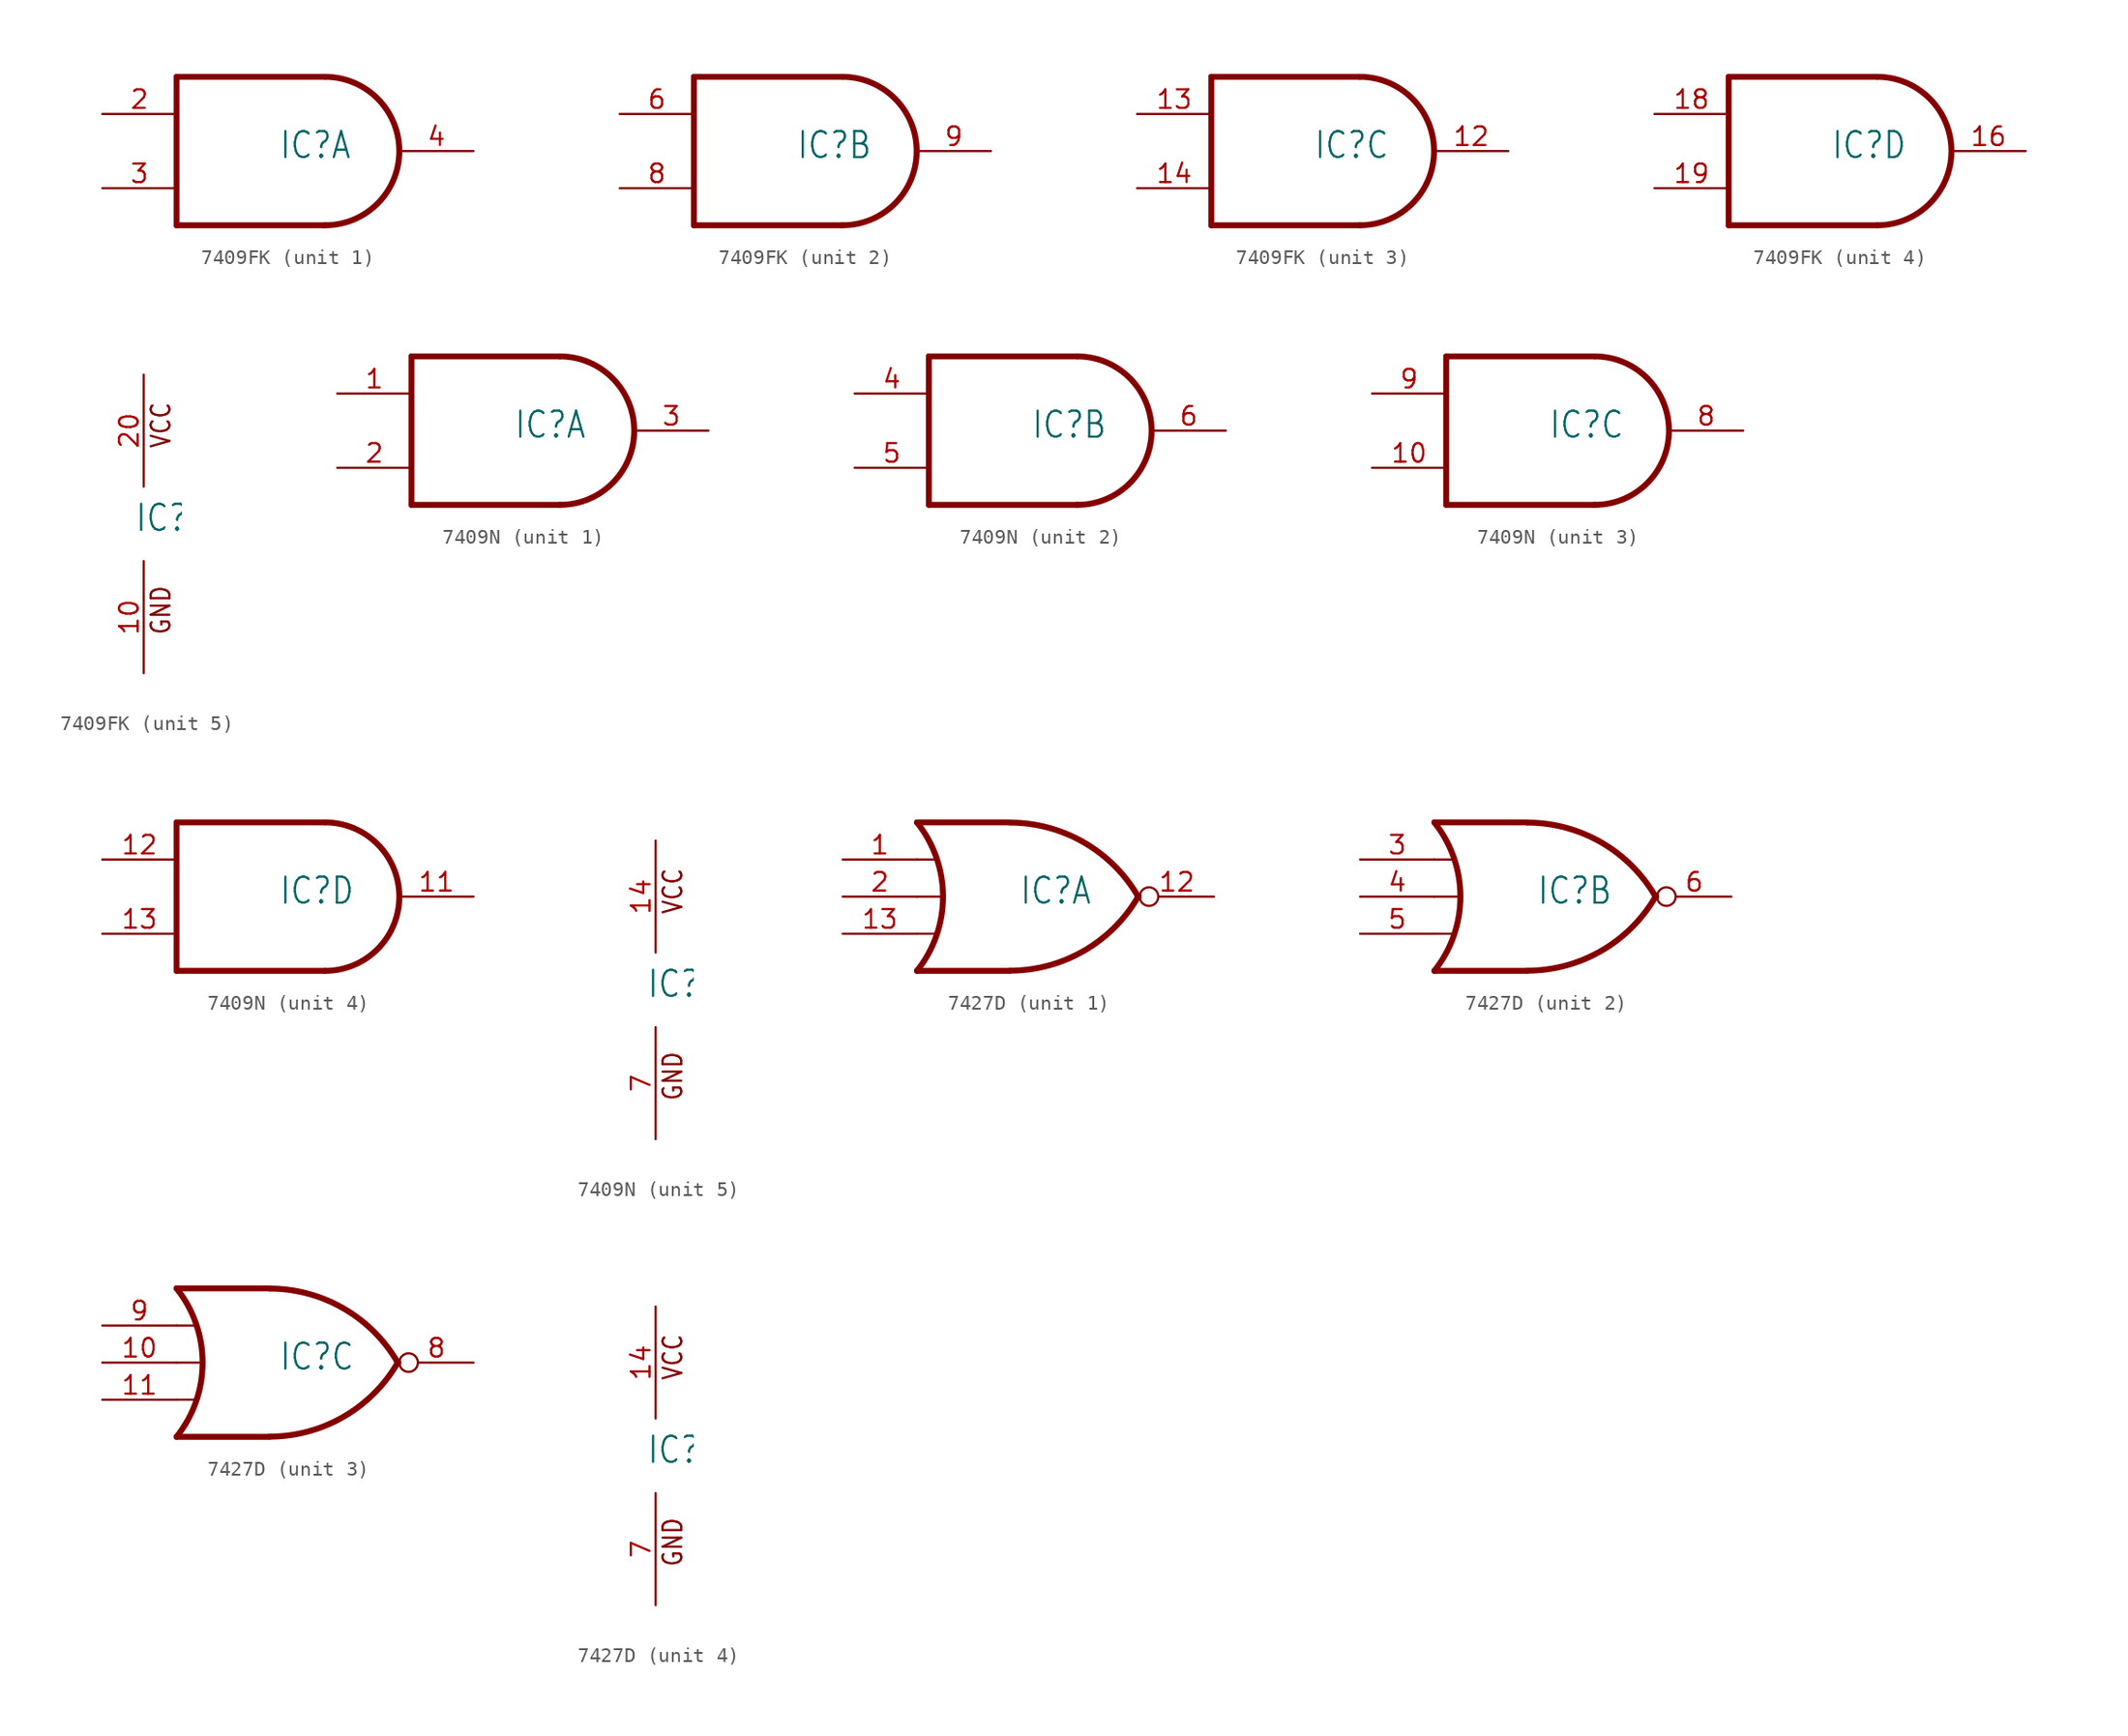
<source format=kicad_sym>
(kicad_symbol_lib
  (version 20220914)
  (generator kicad_symbol_editor)
  (symbol "7409FK"
    (property "Reference" "IC"
      (at -0.635 -0.635 0)
      (effects (font (size 1.778 1.511)) (justify left bottom)))
    (property "ki_locked" ""
      (at 0 0 0)
      (effects (font (size 1.27 1.27))))
    (symbol "7409FK_1_0"
      (polyline (pts (xy -7.62 -5.08) (xy 2.54 -5.08)) (stroke (width 0.406) (type default)) (fill (type none)))
      (polyline (pts (xy -7.62 5.08) (xy -7.62 -5.08)) (stroke (width 0.406) (type default)) (fill (type none)))
      (polyline (pts (xy 2.54 5.08) (xy -7.62 5.08)) (stroke (width 0.406) (type default)) (fill (type none)))
      (arc (start 2.54 -5.08) (mid 7.6199 0) (end 2.54 5.08) (stroke (width 0.4064) (type default)) (fill (type none)))
      (pin input line (at -12.7 2.54 0) (length 5.08) (name "I0" (effects (font (size 0 0)))) (number "2" (effects (font (size 1.27 1.27)))))
      (pin input line (at -12.7 -2.54 0) (length 5.08) (name "I1" (effects (font (size 0 0)))) (number "3" (effects (font (size 1.27 1.27)))))
      (pin open_collector line (at 12.7 0 180) (length 5.08) (name "O" (effects (font (size 0 0)))) (number "4" (effects (font (size 1.27 1.27))))))
    (symbol "7409FK_2_0"
      (polyline (pts (xy -7.62 -5.08) (xy 2.54 -5.08)) (stroke (width 0.406) (type default)) (fill (type none)))
      (polyline (pts (xy -7.62 5.08) (xy -7.62 -5.08)) (stroke (width 0.406) (type default)) (fill (type none)))
      (polyline (pts (xy 2.54 5.08) (xy -7.62 5.08)) (stroke (width 0.406) (type default)) (fill (type none)))
      (arc (start 2.54 -5.08) (mid 7.6199 0) (end 2.54 5.08) (stroke (width 0.4064) (type default)) (fill (type none)))
      (pin input line (at -12.7 2.54 0) (length 5.08) (name "I0" (effects (font (size 0 0)))) (number "6" (effects (font (size 1.27 1.27)))))
      (pin input line (at -12.7 -2.54 0) (length 5.08) (name "I1" (effects (font (size 0 0)))) (number "8" (effects (font (size 1.27 1.27)))))
      (pin open_collector line (at 12.7 0 180) (length 5.08) (name "O" (effects (font (size 0 0)))) (number "9" (effects (font (size 1.27 1.27))))))
    (symbol "7409FK_3_0"
      (polyline (pts (xy -7.62 -5.08) (xy 2.54 -5.08)) (stroke (width 0.406) (type default)) (fill (type none)))
      (polyline (pts (xy -7.62 5.08) (xy -7.62 -5.08)) (stroke (width 0.406) (type default)) (fill (type none)))
      (polyline (pts (xy 2.54 5.08) (xy -7.62 5.08)) (stroke (width 0.406) (type default)) (fill (type none)))
      (arc (start 2.54 -5.08) (mid 7.6199 0) (end 2.54 5.08) (stroke (width 0.4064) (type default)) (fill (type none)))
      (pin open_collector line (at 12.7 0 180) (length 5.08) (name "O" (effects (font (size 0 0)))) (number "12" (effects (font (size 1.27 1.27)))))
      (pin input line (at -12.7 2.54 0) (length 5.08) (name "I0" (effects (font (size 0 0)))) (number "13" (effects (font (size 1.27 1.27)))))
      (pin input line (at -12.7 -2.54 0) (length 5.08) (name "I1" (effects (font (size 0 0)))) (number "14" (effects (font (size 1.27 1.27))))))
    (symbol "7409FK_4_0"
      (polyline (pts (xy -7.62 -5.08) (xy 2.54 -5.08)) (stroke (width 0.406) (type default)) (fill (type none)))
      (polyline (pts (xy -7.62 5.08) (xy -7.62 -5.08)) (stroke (width 0.406) (type default)) (fill (type none)))
      (polyline (pts (xy 2.54 5.08) (xy -7.62 5.08)) (stroke (width 0.406) (type default)) (fill (type none)))
      (arc (start 2.54 -5.08) (mid 7.6199 0) (end 2.54 5.08) (stroke (width 0.4064) (type default)) (fill (type none)))
      (pin open_collector line (at 12.7 0 180) (length 5.08) (name "O" (effects (font (size 0 0)))) (number "16" (effects (font (size 1.27 1.27)))))
      (pin input line (at -12.7 2.54 0) (length 5.08) (name "I0" (effects (font (size 0 0)))) (number "18" (effects (font (size 1.27 1.27)))))
      (pin input line (at -12.7 -2.54 0) (length 5.08) (name "I1" (effects (font (size 0 0)))) (number "19" (effects (font (size 1.27 1.27))))))
    (symbol "7409FK_5_0"
      (text "GND" (at 1.905 -7.62 900) (effects (font (size 1.27 1.079)) (justify left bottom)))
      (text "VCC" (at 1.905 5.08 900) (effects (font (size 1.27 1.079)) (justify left bottom)))
      (pin power_in line (at 0 -10.16 90) (length 7.62) (name "GND" (effects (font (size 0 0)))) (number "10" (effects (font (size 1.27 1.27)))))
      (pin power_in line (at 0 10.16 270) (length 7.62) (name "VCC" (effects (font (size 0 0)))) (number "20" (effects (font (size 1.27 1.27)))))))
  (symbol "7409N"
    (property "Reference" "IC"
      (at -0.635 -0.635 0)
      (effects (font (size 1.778 1.511)) (justify left bottom)))
    (property "ki_locked" ""
      (at 0 0 0)
      (effects (font (size 1.27 1.27))))
    (symbol "7409N_1_0"
      (polyline (pts (xy -7.62 -5.08) (xy 2.54 -5.08)) (stroke (width 0.406) (type default)) (fill (type none)))
      (polyline (pts (xy -7.62 5.08) (xy -7.62 -5.08)) (stroke (width 0.406) (type default)) (fill (type none)))
      (polyline (pts (xy 2.54 5.08) (xy -7.62 5.08)) (stroke (width 0.406) (type default)) (fill (type none)))
      (arc (start 2.54 -5.08) (mid 7.6199 0) (end 2.54 5.08) (stroke (width 0.4064) (type default)) (fill (type none)))
      (pin input line (at -12.7 2.54 0) (length 5.08) (name "I0" (effects (font (size 0 0)))) (number "1" (effects (font (size 1.27 1.27)))))
      (pin input line (at -12.7 -2.54 0) (length 5.08) (name "I1" (effects (font (size 0 0)))) (number "2" (effects (font (size 1.27 1.27)))))
      (pin open_collector line (at 12.7 0 180) (length 5.08) (name "O" (effects (font (size 0 0)))) (number "3" (effects (font (size 1.27 1.27))))))
    (symbol "7409N_2_0"
      (polyline (pts (xy -7.62 -5.08) (xy 2.54 -5.08)) (stroke (width 0.406) (type default)) (fill (type none)))
      (polyline (pts (xy -7.62 5.08) (xy -7.62 -5.08)) (stroke (width 0.406) (type default)) (fill (type none)))
      (polyline (pts (xy 2.54 5.08) (xy -7.62 5.08)) (stroke (width 0.406) (type default)) (fill (type none)))
      (arc (start 2.54 -5.08) (mid 7.6199 0) (end 2.54 5.08) (stroke (width 0.4064) (type default)) (fill (type none)))
      (pin input line (at -12.7 2.54 0) (length 5.08) (name "I0" (effects (font (size 0 0)))) (number "4" (effects (font (size 1.27 1.27)))))
      (pin input line (at -12.7 -2.54 0) (length 5.08) (name "I1" (effects (font (size 0 0)))) (number "5" (effects (font (size 1.27 1.27)))))
      (pin open_collector line (at 12.7 0 180) (length 5.08) (name "O" (effects (font (size 0 0)))) (number "6" (effects (font (size 1.27 1.27))))))
    (symbol "7409N_3_0"
      (polyline (pts (xy -7.62 -5.08) (xy 2.54 -5.08)) (stroke (width 0.406) (type default)) (fill (type none)))
      (polyline (pts (xy -7.62 5.08) (xy -7.62 -5.08)) (stroke (width 0.406) (type default)) (fill (type none)))
      (polyline (pts (xy 2.54 5.08) (xy -7.62 5.08)) (stroke (width 0.406) (type default)) (fill (type none)))
      (arc (start 2.54 -5.08) (mid 7.6199 0) (end 2.54 5.08) (stroke (width 0.4064) (type default)) (fill (type none)))
      (pin input line (at -12.7 -2.54 0) (length 5.08) (name "I1" (effects (font (size 0 0)))) (number "10" (effects (font (size 1.27 1.27)))))
      (pin open_collector line (at 12.7 0 180) (length 5.08) (name "O" (effects (font (size 0 0)))) (number "8" (effects (font (size 1.27 1.27)))))
      (pin input line (at -12.7 2.54 0) (length 5.08) (name "I0" (effects (font (size 0 0)))) (number "9" (effects (font (size 1.27 1.27))))))
    (symbol "7409N_4_0"
      (polyline (pts (xy -7.62 -5.08) (xy 2.54 -5.08)) (stroke (width 0.406) (type default)) (fill (type none)))
      (polyline (pts (xy -7.62 5.08) (xy -7.62 -5.08)) (stroke (width 0.406) (type default)) (fill (type none)))
      (polyline (pts (xy 2.54 5.08) (xy -7.62 5.08)) (stroke (width 0.406) (type default)) (fill (type none)))
      (arc (start 2.54 -5.08) (mid 7.6199 0) (end 2.54 5.08) (stroke (width 0.4064) (type default)) (fill (type none)))
      (pin open_collector line (at 12.7 0 180) (length 5.08) (name "O" (effects (font (size 0 0)))) (number "11" (effects (font (size 1.27 1.27)))))
      (pin input line (at -12.7 2.54 0) (length 5.08) (name "I0" (effects (font (size 0 0)))) (number "12" (effects (font (size 1.27 1.27)))))
      (pin input line (at -12.7 -2.54 0) (length 5.08) (name "I1" (effects (font (size 0 0)))) (number "13" (effects (font (size 1.27 1.27))))))
    (symbol "7409N_5_0"
      (text "GND" (at 1.905 -7.62 900) (effects (font (size 1.27 1.079)) (justify left bottom)))
      (text "VCC" (at 1.905 5.08 900) (effects (font (size 1.27 1.079)) (justify left bottom)))
      (pin power_in line (at 0 10.16 270) (length 7.62) (name "VCC" (effects (font (size 0 0)))) (number "14" (effects (font (size 1.27 1.27)))))
      (pin power_in line (at 0 -10.16 90) (length 7.62) (name "GND" (effects (font (size 0 0)))) (number "7" (effects (font (size 1.27 1.27)))))))
  (symbol "7427D"
    (property "Reference" "IC"
      (at -0.635 -0.635 0)
      (effects (font (size 1.778 1.511)) (justify left bottom)))
    (property "ki_locked" ""
      (at 0 0 0)
      (effects (font (size 1.27 1.27))))
    (symbol "7427D_1_0"
      (arc (start -7.62 -5.08) (mid -5.838 0) (end -7.62 5.08) (stroke (width 0.4064) (type default)) (fill (type none)))
      (arc (start -1.2446 -5.0678) (mid 3.8372 -3.689) (end 7.5439 0.0507) (stroke (width 0.4064) (type default)) (fill (type none)))
      (polyline (pts (xy -7.62 -2.54) (xy -6.35 -2.54)) (stroke (width 0.152) (type default)) (fill (type none)))
      (polyline (pts (xy -7.62 0) (xy -5.842 0)) (stroke (width 0.152) (type default)) (fill (type none)))
      (polyline (pts (xy -7.62 2.54) (xy -6.35 2.54)) (stroke (width 0.152) (type default)) (fill (type none)))
      (polyline (pts (xy -1.27 -5.08) (xy -7.62 -5.08)) (stroke (width 0.406) (type default)) (fill (type none)))
      (polyline (pts (xy -1.27 5.08) (xy -7.62 5.08)) (stroke (width 0.406) (type default)) (fill (type none)))
      (arc (start 7.5442 -0.0505) (mid 3.8373 3.6892) (end -1.2446 5.0678) (stroke (width 0.4064) (type default)) (fill (type none)))
      (pin input line (at -12.7 2.54 0) (length 5.08) (name "I0" (effects (font (size 0 0)))) (number "1" (effects (font (size 1.27 1.27)))))
      (pin output inverted (at 12.7 0 180) (length 5.08) (name "O" (effects (font (size 0 0)))) (number "12" (effects (font (size 1.27 1.27)))))
      (pin input line (at -12.7 -2.54 0) (length 5.08) (name "I2" (effects (font (size 0 0)))) (number "13" (effects (font (size 1.27 1.27)))))
      (pin input line (at -12.7 0 0) (length 5.08) (name "I1" (effects (font (size 0 0)))) (number "2" (effects (font (size 1.27 1.27))))))
    (symbol "7427D_2_0"
      (arc (start -7.62 -5.08) (mid -5.838 0) (end -7.62 5.08) (stroke (width 0.4064) (type default)) (fill (type none)))
      (arc (start -1.2446 -5.0678) (mid 3.8372 -3.689) (end 7.5439 0.0507) (stroke (width 0.4064) (type default)) (fill (type none)))
      (polyline (pts (xy -7.62 -2.54) (xy -6.35 -2.54)) (stroke (width 0.152) (type default)) (fill (type none)))
      (polyline (pts (xy -7.62 0) (xy -5.842 0)) (stroke (width 0.152) (type default)) (fill (type none)))
      (polyline (pts (xy -7.62 2.54) (xy -6.35 2.54)) (stroke (width 0.152) (type default)) (fill (type none)))
      (polyline (pts (xy -1.27 -5.08) (xy -7.62 -5.08)) (stroke (width 0.406) (type default)) (fill (type none)))
      (polyline (pts (xy -1.27 5.08) (xy -7.62 5.08)) (stroke (width 0.406) (type default)) (fill (type none)))
      (arc (start 7.5442 -0.0505) (mid 3.8373 3.6892) (end -1.2446 5.0678) (stroke (width 0.4064) (type default)) (fill (type none)))
      (pin input line (at -12.7 2.54 0) (length 5.08) (name "I0" (effects (font (size 0 0)))) (number "3" (effects (font (size 1.27 1.27)))))
      (pin input line (at -12.7 0 0) (length 5.08) (name "I1" (effects (font (size 0 0)))) (number "4" (effects (font (size 1.27 1.27)))))
      (pin input line (at -12.7 -2.54 0) (length 5.08) (name "I2" (effects (font (size 0 0)))) (number "5" (effects (font (size 1.27 1.27)))))
      (pin output inverted (at 12.7 0 180) (length 5.08) (name "O" (effects (font (size 0 0)))) (number "6" (effects (font (size 1.27 1.27))))))
    (symbol "7427D_3_0"
      (arc (start -7.62 -5.08) (mid -5.838 0) (end -7.62 5.08) (stroke (width 0.4064) (type default)) (fill (type none)))
      (arc (start -1.2446 -5.0678) (mid 3.8372 -3.689) (end 7.5439 0.0507) (stroke (width 0.4064) (type default)) (fill (type none)))
      (polyline (pts (xy -7.62 -2.54) (xy -6.35 -2.54)) (stroke (width 0.152) (type default)) (fill (type none)))
      (polyline (pts (xy -7.62 0) (xy -5.842 0)) (stroke (width 0.152) (type default)) (fill (type none)))
      (polyline (pts (xy -7.62 2.54) (xy -6.35 2.54)) (stroke (width 0.152) (type default)) (fill (type none)))
      (polyline (pts (xy -1.27 -5.08) (xy -7.62 -5.08)) (stroke (width 0.406) (type default)) (fill (type none)))
      (polyline (pts (xy -1.27 5.08) (xy -7.62 5.08)) (stroke (width 0.406) (type default)) (fill (type none)))
      (arc (start 7.5442 -0.0505) (mid 3.8373 3.6892) (end -1.2446 5.0678) (stroke (width 0.4064) (type default)) (fill (type none)))
      (pin input line (at -12.7 0 0) (length 5.08) (name "I1" (effects (font (size 0 0)))) (number "10" (effects (font (size 1.27 1.27)))))
      (pin input line (at -12.7 -2.54 0) (length 5.08) (name "I2" (effects (font (size 0 0)))) (number "11" (effects (font (size 1.27 1.27)))))
      (pin output inverted (at 12.7 0 180) (length 5.08) (name "O" (effects (font (size 0 0)))) (number "8" (effects (font (size 1.27 1.27)))))
      (pin input line (at -12.7 2.54 0) (length 5.08) (name "I0" (effects (font (size 0 0)))) (number "9" (effects (font (size 1.27 1.27))))))
    (symbol "7427D_4_0"
      (text "GND" (at 1.905 -7.62 900) (effects (font (size 1.27 1.079)) (justify left bottom)))
      (text "VCC" (at 1.905 5.08 900) (effects (font (size 1.27 1.079)) (justify left bottom)))
      (pin power_in line (at 0 10.16 270) (length 7.62) (name "VCC" (effects (font (size 0 0)))) (number "14" (effects (font (size 1.27 1.27)))))
      (pin power_in line (at 0 -10.16 90) (length 7.62) (name "GND" (effects (font (size 0 0)))) (number "7" (effects (font (size 1.27 1.27))))))))
</source>
